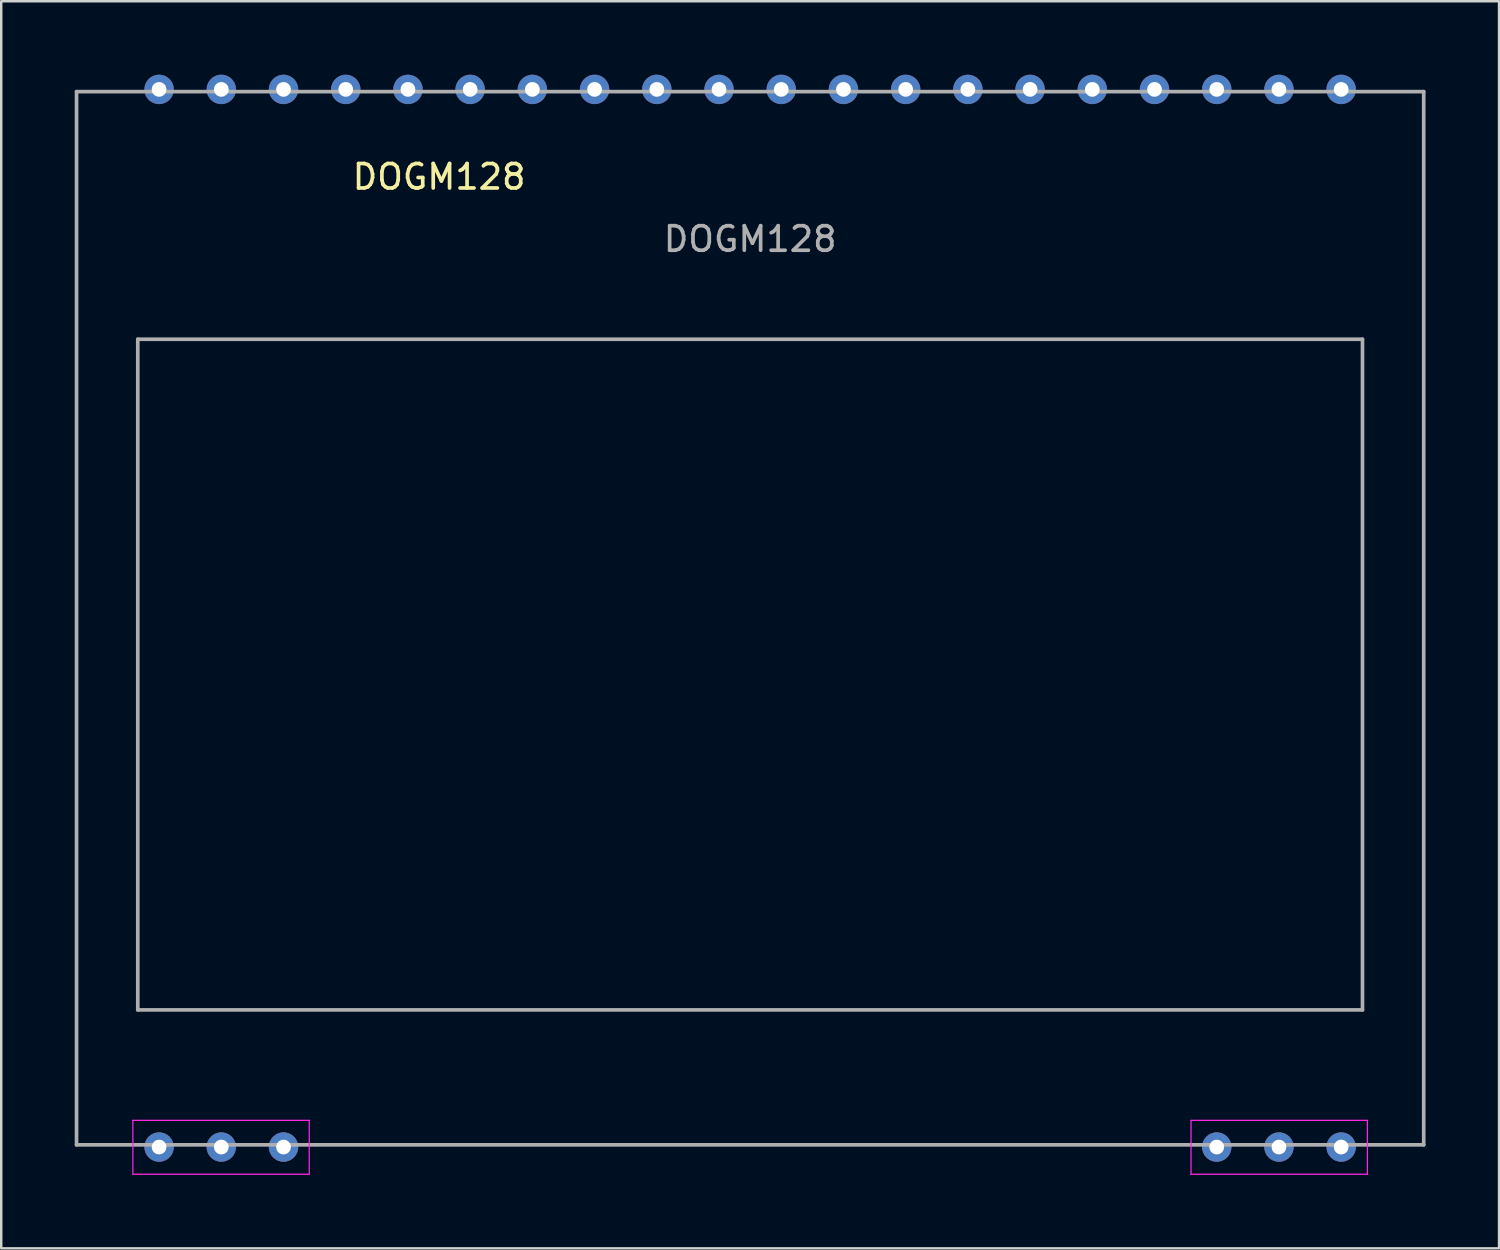
<source format=kicad_pcb>
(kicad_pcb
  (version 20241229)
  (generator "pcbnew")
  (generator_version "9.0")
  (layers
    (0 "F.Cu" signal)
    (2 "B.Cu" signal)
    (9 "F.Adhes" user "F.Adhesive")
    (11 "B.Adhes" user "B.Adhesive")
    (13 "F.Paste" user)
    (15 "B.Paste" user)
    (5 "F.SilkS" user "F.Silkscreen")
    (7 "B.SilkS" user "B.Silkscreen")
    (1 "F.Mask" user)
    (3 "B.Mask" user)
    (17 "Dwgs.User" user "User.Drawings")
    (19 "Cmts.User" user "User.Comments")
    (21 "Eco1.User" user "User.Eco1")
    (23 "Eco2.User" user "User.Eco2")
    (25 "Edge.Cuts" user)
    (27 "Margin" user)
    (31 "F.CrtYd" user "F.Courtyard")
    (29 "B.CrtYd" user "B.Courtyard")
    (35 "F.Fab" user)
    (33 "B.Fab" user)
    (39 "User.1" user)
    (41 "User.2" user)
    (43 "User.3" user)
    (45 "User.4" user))
  (footprint "DOGM128"
    (layer "F.Cu")
    (at 27.575 24.49)
    (property "Reference" "DOGM128" (at -12.7 -20.32 0) (layer "F.SilkS") (effects (font (size 1 1) (thickness 0.15))))
    (attr through_hole)
    (fp_line (start -25.2 18.2) (end -18 18.2) (stroke (width 0.05) (type solid)) (layer "F.CrtYd"))
    (fp_line (start -25.2 20.4) (end -25.2 18.2) (stroke (width 0.05) (type solid)) (layer "F.CrtYd"))
    (fp_line (start -18 18.2) (end -18 20.4) (stroke (width 0.05) (type solid)) (layer "F.CrtYd"))
    (fp_line (start -18 20.4) (end -25.2 20.4) (stroke (width 0.05) (type solid)) (layer "F.CrtYd"))
    (fp_line (start 18 18.2) (end 25.2 18.2) (stroke (width 0.05) (type solid)) (layer "F.CrtYd"))
    (fp_line (start 18 20.4) (end 18 18.2) (stroke (width 0.05) (type solid)) (layer "F.CrtYd"))
    (fp_line (start 25.2 18.2) (end 25.2 20.4) (stroke (width 0.05) (type solid)) (layer "F.CrtYd"))
    (fp_line (start 25.2 20.4) (end 18 20.4) (stroke (width 0.05) (type solid)) (layer "F.CrtYd"))
    (fp_line (start -27.5 -23.8) (end 27.5 -23.8) (stroke (width 0.15) (type solid)) (layer "F.Fab"))
    (fp_line (start -27.5 19.2) (end -27.5 -23.8) (stroke (width 0.15) (type solid)) (layer "F.Fab"))
    (fp_line (start -25 -13.69) (end 25 -13.69) (stroke (width 0.15) (type solid)) (layer "F.Fab"))
    (fp_line (start -25 13.69) (end -25 -13.69) (stroke (width 0.15) (type solid)) (layer "F.Fab"))
    (fp_line (start 25 -13.69) (end 25 13.69) (stroke (width 0.15) (type solid)) (layer "F.Fab"))
    (fp_line (start 25 13.69) (end -25 13.69) (stroke (width 0.15) (type solid)) (layer "F.Fab"))
    (fp_line (start 27.5 -23.8) (end 27.5 19.2) (stroke (width 0.15) (type solid)) (layer "F.Fab"))
    (fp_line (start 27.5 19.2) (end -27.5 19.2) (stroke (width 0.15) (type solid)) (layer "F.Fab"))
    (fp_text user "${REFERENCE}" (at 0 -17.78 0) (layer "F.Fab") (effects (font (size 1 1) (thickness 0.15))))
    (pad "1" thru_hole circle (at -24.13 19.29) (size 1.2 1.2) (drill 0.6) (layers "*.Cu" "*.Mask"))
    (pad "2" thru_hole circle (at -21.59 19.29) (size 1.2 1.2) (drill 0.6) (layers "*.Cu" "*.Mask"))
    (pad "3" thru_hole circle (at -19.05 19.29) (size 1.2 1.2) (drill 0.6) (layers "*.Cu" "*.Mask"))
    (pad "18" thru_hole circle (at 19.05 19.29) (size 1.2 1.2) (drill 0.6) (layers "*.Cu" "*.Mask"))
    (pad "19" thru_hole circle (at 21.59 19.29) (size 1.2 1.2) (drill 0.6) (layers "*.Cu" "*.Mask"))
    (pad "20" thru_hole circle (at 24.13 19.29) (size 1.2 1.2) (drill 0.6) (layers "*.Cu" "*.Mask"))
    (pad "21" thru_hole circle (at 24.13 -23.89) (size 1.2 1.2) (drill 0.6) (layers "*.Cu" "*.Mask"))
    (pad "22" thru_hole circle (at 21.59 -23.89) (size 1.2 1.2) (drill 0.6) (layers "*.Cu" "*.Mask"))
    (pad "23" thru_hole circle (at 19.05 -23.89) (size 1.2 1.2) (drill 0.6) (layers "*.Cu" "*.Mask"))
    (pad "24" thru_hole circle (at 16.51 -23.89) (size 1.2 1.2) (drill 0.6) (layers "*.Cu" "*.Mask"))
    (pad "25" thru_hole circle (at 13.97 -23.89) (size 1.2 1.2) (drill 0.6) (layers "*.Cu" "*.Mask"))
    (pad "26" thru_hole circle (at 11.43 -23.89) (size 1.2 1.2) (drill 0.6) (layers "*.Cu" "*.Mask"))
    (pad "27" thru_hole circle (at 8.89 -23.89) (size 1.2 1.2) (drill 0.6) (layers "*.Cu" "*.Mask"))
    (pad "28" thru_hole circle (at 6.35 -23.89) (size 1.2 1.2) (drill 0.6) (layers "*.Cu" "*.Mask"))
    (pad "29" thru_hole circle (at 3.81 -23.89) (size 1.2 1.2) (drill 0.6) (layers "*.Cu" "*.Mask"))
    (pad "30" thru_hole circle (at 1.27 -23.89) (size 1.2 1.2) (drill 0.6) (layers "*.Cu" "*.Mask"))
    (pad "31" thru_hole circle (at -1.27 -23.89) (size 1.2 1.2) (drill 0.6) (layers "*.Cu" "*.Mask"))
    (pad "32" thru_hole circle (at -3.81 -23.89) (size 1.2 1.2) (drill 0.6) (layers "*.Cu" "*.Mask"))
    (pad "33" thru_hole circle (at -6.35 -23.89) (size 1.2 1.2) (drill 0.6) (layers "*.Cu" "*.Mask"))
    (pad "34" thru_hole circle (at -8.89 -23.89) (size 1.2 1.2) (drill 0.6) (layers "*.Cu" "*.Mask"))
    (pad "35" thru_hole circle (at -11.43 -23.89) (size 1.2 1.2) (drill 0.6) (layers "*.Cu" "*.Mask"))
    (pad "36" thru_hole circle (at -13.97 -23.89) (size 1.2 1.2) (drill 0.6) (layers "*.Cu" "*.Mask"))
    (pad "37" thru_hole circle (at -16.51 -23.89) (size 1.2 1.2) (drill 0.6) (layers "*.Cu" "*.Mask"))
    (pad "38" thru_hole circle (at -19.05 -23.89) (size 1.2 1.2) (drill 0.6) (layers "*.Cu" "*.Mask"))
    (pad "39" thru_hole circle (at -21.59 -23.89) (size 1.2 1.2) (drill 0.6) (layers "*.Cu" "*.Mask"))
    (pad "40" thru_hole circle (at -24.13 -23.89) (size 1.2 1.2) (drill 0.6) (layers "*.Cu" "*.Mask")))
  (gr_rect
    (start -3 -3)
    (end 58.15 47.915)
    (stroke (width 0.1) (type default))
    (fill no)
    (layer "Edge.Cuts")))
</source>
